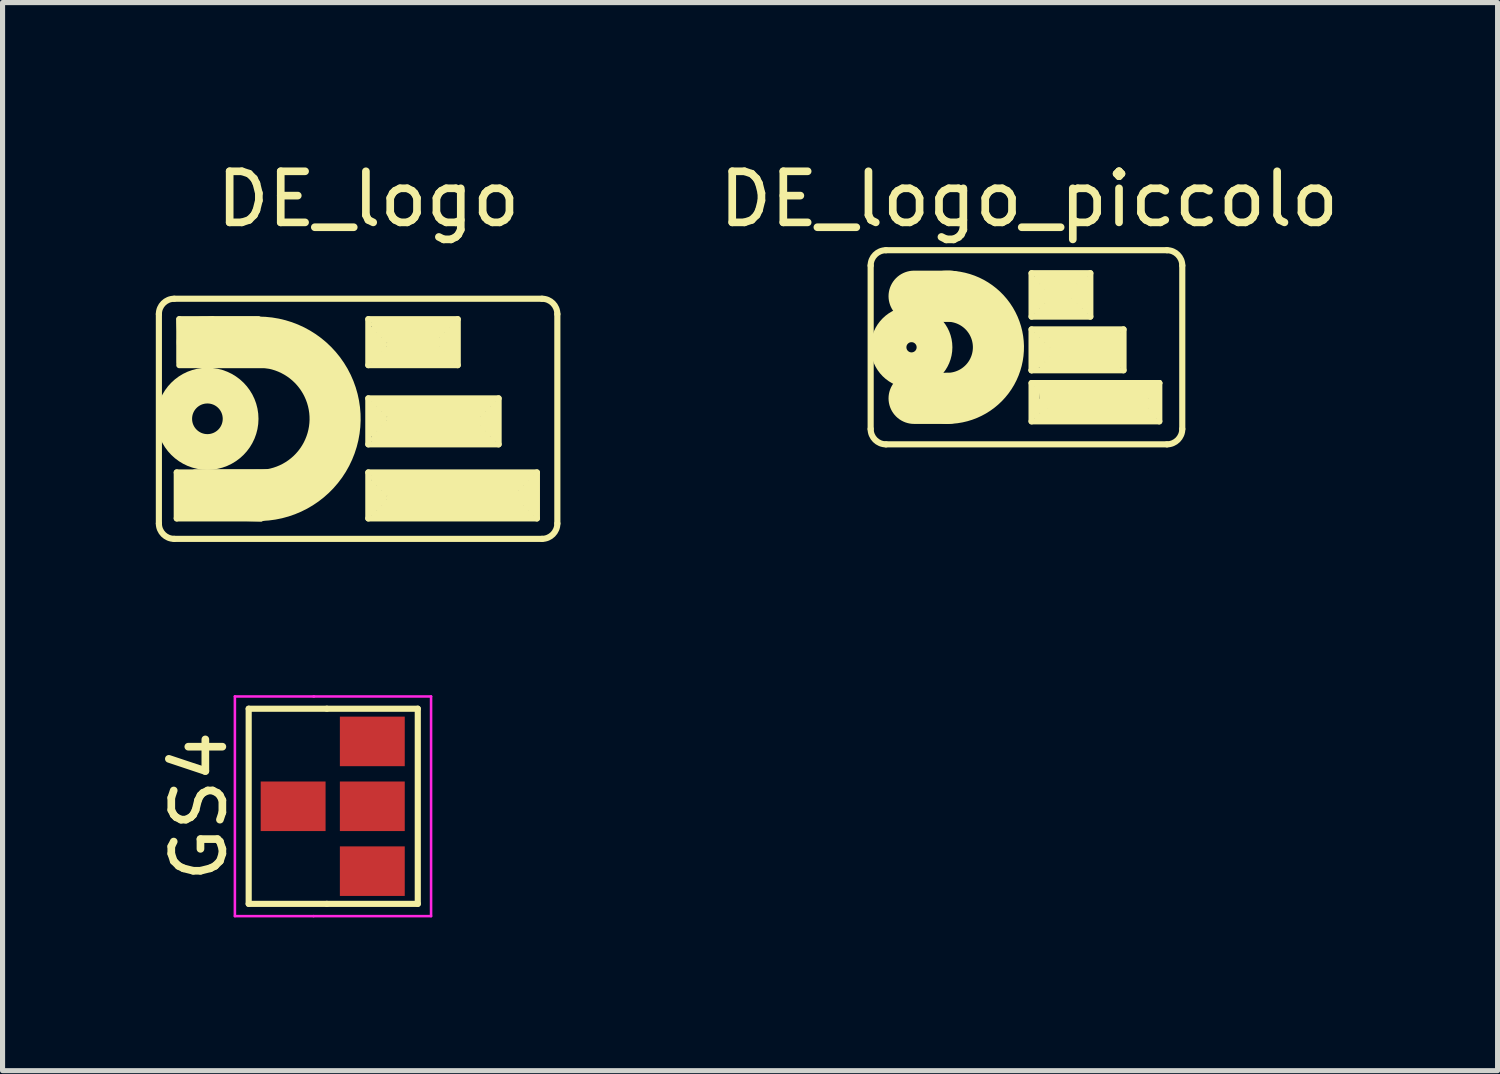
<source format=kicad_pcb>
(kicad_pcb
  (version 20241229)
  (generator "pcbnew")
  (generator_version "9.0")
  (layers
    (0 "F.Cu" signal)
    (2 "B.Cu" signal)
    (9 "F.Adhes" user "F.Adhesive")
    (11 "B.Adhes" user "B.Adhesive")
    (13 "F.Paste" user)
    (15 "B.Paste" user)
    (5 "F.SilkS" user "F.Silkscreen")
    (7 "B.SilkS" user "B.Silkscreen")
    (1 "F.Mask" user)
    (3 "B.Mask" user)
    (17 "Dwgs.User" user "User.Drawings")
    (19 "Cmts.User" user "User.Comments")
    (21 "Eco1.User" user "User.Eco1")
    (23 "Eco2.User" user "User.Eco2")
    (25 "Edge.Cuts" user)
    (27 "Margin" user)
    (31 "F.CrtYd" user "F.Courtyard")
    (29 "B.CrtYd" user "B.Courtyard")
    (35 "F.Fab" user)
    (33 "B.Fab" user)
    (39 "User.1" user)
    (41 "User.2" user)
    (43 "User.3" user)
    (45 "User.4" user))
  (footprint "DE_logo_piccolo"
    (layer "F.Cu")
    (at 17.043 3.748)
    (property "Reference" "DE_logo_piccolo" (at 0.05 -2.9 0) (layer "F.SilkS") (effects (font (size 1 1) (thickness 0.15))))
    (attr through_hole)
    (fp_line (start -3.05 -1.6) (end -3.05 1.6) (stroke (width 0.12) (type solid)) (layer "F.SilkS"))
    (fp_line (start -2.75 1.9) (end 2.75 1.9) (stroke (width 0.12) (type solid)) (layer "F.SilkS"))
    (fp_line (start -2.2 -1) (end -1.5 -1) (stroke (width 1) (type solid)) (layer "F.SilkS"))
    (fp_line (start -2.2 1) (end -1.55 1) (stroke (width 1) (type solid)) (layer "F.SilkS"))
    (fp_line (start 0.1 -1.45) (end 0.1 -0.6) (stroke (width 0.12) (type solid)) (layer "F.SilkS"))
    (fp_line (start 0.1 -0.6) (end 1.25 -0.6) (stroke (width 0.12) (type solid)) (layer "F.SilkS"))
    (fp_line (start 0.1 -0.35) (end 1.9 -0.35) (stroke (width 0.12) (type solid)) (layer "F.SilkS"))
    (fp_line (start 0.1 0.45) (end 0.1 -0.35) (stroke (width 0.12) (type solid)) (layer "F.SilkS"))
    (fp_line (start 0.1 0.45) (end 0.2 0.35) (stroke (width 0.12) (type solid)) (layer "F.SilkS"))
    (fp_line (start 0.1 0.7) (end 2.6 0.7) (stroke (width 0.12) (type solid)) (layer "F.SilkS"))
    (fp_line (start 0.1 1.45) (end 0.1 0.7) (stroke (width 0.12) (type solid)) (layer "F.SilkS"))
    (fp_line (start 0.1 1.45) (end 2.6 1.45) (stroke (width 0.12) (type solid)) (layer "F.SilkS"))
    (fp_line (start 0.2 -1.35) (end 1.15 -1.35) (stroke (width 0.12) (type solid)) (layer "F.SilkS"))
    (fp_line (start 0.2 -1.3) (end 1.05 -1.3) (stroke (width 0.12) (type solid)) (layer "F.SilkS"))
    (fp_line (start 0.2 -0.7) (end 0.2 -1.3) (stroke (width 0.12) (type solid)) (layer "F.SilkS"))
    (fp_line (start 0.2 -0.25) (end 1.8 -0.25) (stroke (width 0.12) (type solid)) (layer "F.SilkS"))
    (fp_line (start 0.2 0.35) (end 0.2 -0.25) (stroke (width 0.12) (type solid)) (layer "F.SilkS"))
    (fp_line (start 0.2 0.8) (end 0.2 1.35) (stroke (width 0.12) (type solid)) (layer "F.SilkS"))
    (fp_line (start 0.2 1.35) (end 2.5 1.35) (stroke (width 0.12) (type solid)) (layer "F.SilkS"))
    (fp_line (start 0.3 -1.2) (end 0.95 -1.2) (stroke (width 0.12) (type solid)) (layer "F.SilkS"))
    (fp_line (start 0.3 -0.8) (end 0.3 -1.2) (stroke (width 0.12) (type solid)) (layer "F.SilkS"))
    (fp_line (start 0.3 -0.15) (end 1.75 -0.15) (stroke (width 0.12) (type solid)) (layer "F.SilkS"))
    (fp_line (start 0.3 0.35) (end 0.3 -0.15) (stroke (width 0.12) (type solid)) (layer "F.SilkS"))
    (fp_line (start 0.3 0.85) (end 0.35 1.2) (stroke (width 0.12) (type solid)) (layer "F.SilkS"))
    (fp_line (start 0.3 1.05) (end 0.3 1.25) (stroke (width 0.12) (type solid)) (layer "F.SilkS"))
    (fp_line (start 0.3 1.25) (end 2.45 1.25) (stroke (width 0.12) (type solid)) (layer "F.SilkS"))
    (fp_line (start 0.35 1.2) (end 0.3 1.05) (stroke (width 0.12) (type solid)) (layer "F.SilkS"))
    (fp_line (start 0.4 -1.1) (end 0.85 -1.1) (stroke (width 0.12) (type solid)) (layer "F.SilkS"))
    (fp_line (start 0.4 -0.9) (end 0.4 -1.1) (stroke (width 0.12) (type solid)) (layer "F.SilkS"))
    (fp_line (start 0.4 -0.05) (end 1.7 -0.05) (stroke (width 0.12) (type solid)) (layer "F.SilkS"))
    (fp_line (start 0.4 0.25) (end 0.4 -0.05) (stroke (width 0.12) (type solid)) (layer "F.SilkS"))
    (fp_line (start 0.4 0.95) (end 0.45 1.15) (stroke (width 0.12) (type solid)) (layer "F.SilkS"))
    (fp_line (start 0.45 1.15) (end 2.35 1.15) (stroke (width 0.12) (type solid)) (layer "F.SilkS"))
    (fp_line (start 0.5 0.05) (end 1.65 0.05) (stroke (width 0.12) (type solid)) (layer "F.SilkS"))
    (fp_line (start 0.5 0.15) (end 0.5 0.05) (stroke (width 0.12) (type solid)) (layer "F.SilkS"))
    (fp_line (start 0.85 -1.1) (end 0.85 -1) (stroke (width 0.12) (type solid)) (layer "F.SilkS"))
    (fp_line (start 0.85 -1) (end 0.45 -1) (stroke (width 0.12) (type solid)) (layer "F.SilkS"))
    (fp_line (start 0.95 -1.2) (end 0.95 -0.9) (stroke (width 0.12) (type solid)) (layer "F.SilkS"))
    (fp_line (start 0.95 -0.9) (end 0.4 -0.9) (stroke (width 0.12) (type solid)) (layer "F.SilkS"))
    (fp_line (start 1.05 -1.3) (end 1.05 -0.8) (stroke (width 0.12) (type solid)) (layer "F.SilkS"))
    (fp_line (start 1.05 -0.8) (end 0.3 -0.8) (stroke (width 0.12) (type solid)) (layer "F.SilkS"))
    (fp_line (start 1.15 -1.35) (end 1.15 -0.7) (stroke (width 0.12) (type solid)) (layer "F.SilkS"))
    (fp_line (start 1.15 -0.7) (end 0.2 -0.7) (stroke (width 0.12) (type solid)) (layer "F.SilkS"))
    (fp_line (start 1.25 -1.45) (end 0.1 -1.45) (stroke (width 0.12) (type solid)) (layer "F.SilkS"))
    (fp_line (start 1.25 -0.6) (end 1.25 -1.45) (stroke (width 0.12) (type solid)) (layer "F.SilkS"))
    (fp_line (start 1.7 -0.05) (end 1.7 0.15) (stroke (width 0.12) (type solid)) (layer "F.SilkS"))
    (fp_line (start 1.7 0.15) (end 0.5 0.15) (stroke (width 0.12) (type solid)) (layer "F.SilkS"))
    (fp_line (start 1.75 -0.15) (end 1.75 0.25) (stroke (width 0.12) (type solid)) (layer "F.SilkS"))
    (fp_line (start 1.75 0.25) (end 0.4 0.25) (stroke (width 0.12) (type solid)) (layer "F.SilkS"))
    (fp_line (start 1.8 -0.25) (end 1.8 0.35) (stroke (width 0.12) (type solid)) (layer "F.SilkS"))
    (fp_line (start 1.8 0.35) (end 0.3 0.35) (stroke (width 0.12) (type solid)) (layer "F.SilkS"))
    (fp_line (start 1.9 -0.35) (end 1.9 0.45) (stroke (width 0.12) (type solid)) (layer "F.SilkS"))
    (fp_line (start 1.9 0.45) (end 0.1 0.45) (stroke (width 0.12) (type solid)) (layer "F.SilkS"))
    (fp_line (start 2.35 1.05) (end 0.45 1.05) (stroke (width 0.12) (type solid)) (layer "F.SilkS"))
    (fp_line (start 2.35 1.15) (end 2.35 1.05) (stroke (width 0.12) (type solid)) (layer "F.SilkS"))
    (fp_line (start 2.45 0.95) (end 0.4 0.95) (stroke (width 0.12) (type solid)) (layer "F.SilkS"))
    (fp_line (start 2.45 1.25) (end 2.45 0.95) (stroke (width 0.12) (type solid)) (layer "F.SilkS"))
    (fp_line (start 2.5 0.85) (end 0.3 0.85) (stroke (width 0.12) (type solid)) (layer "F.SilkS"))
    (fp_line (start 2.5 1.35) (end 2.5 0.85) (stroke (width 0.12) (type solid)) (layer "F.SilkS"))
    (fp_line (start 2.55 0.8) (end 0.2 0.8) (stroke (width 0.12) (type solid)) (layer "F.SilkS"))
    (fp_line (start 2.6 0.7) (end 2.55 0.8) (stroke (width 0.12) (type solid)) (layer "F.SilkS"))
    (fp_line (start 2.6 1.45) (end 2.6 0.7) (stroke (width 0.12) (type solid)) (layer "F.SilkS"))
    (fp_line (start 2.75 -1.9) (end -2.75 -1.9) (stroke (width 0.12) (type solid)) (layer "F.SilkS"))
    (fp_line (start 3.05 1.6) (end 3.05 -1.6) (stroke (width 0.12) (type solid)) (layer "F.SilkS"))
    (fp_arc (start -3.05 -1.6) (mid -2.962132 -1.812132) (end -2.75 -1.9) (stroke (width 0.12) (type solid)) (layer "F.SilkS"))
    (fp_arc (start -2.75 1.9) (mid -2.962132 1.812132) (end -3.05 1.6) (stroke (width 0.12) (type solid)) (layer "F.SilkS"))
    (fp_arc (start -1.583155 -0.99945) (mid -0.550138 -0.01658) (end -1.55 1) (stroke (width 1) (type solid)) (layer "F.SilkS"))
    (fp_arc (start 2.75 -1.9) (mid 2.962132 -1.812132) (end 3.05 -1.6) (stroke (width 0.12) (type solid)) (layer "F.SilkS"))
    (fp_arc (start 3.05 1.6) (mid 2.962132 1.812132) (end 2.75 1.9) (stroke (width 0.12) (type solid)) (layer "F.SilkS"))
    (fp_circle (center -2.25 0) (end -2.15 0) (stroke (width 0.7) (type solid)) (fill no) (layer "F.SilkS")))
  (footprint "DE_logo"
    (layer "F.Cu")
    (at 4.06 5.148)
    (property "Reference" "DE_logo" (at 0.1 -4.3 0) (layer "F.SilkS") (effects (font (size 1 1) (thickness 0.15))))
    (attr through_hole)
    (fp_line (start -4 -2.05) (end -4 2.05) (stroke (width 0.12) (type solid)) (layer "F.SilkS"))
    (fp_line (start -3.7 2.35) (end 3.5 2.35) (stroke (width 0.12) (type solid)) (layer "F.SilkS"))
    (fp_line (start -3.65 1.05) (end -3.65 1.95) (stroke (width 0.12) (type solid)) (layer "F.SilkS"))
    (fp_line (start -3.65 1.95) (end -2 1.95) (stroke (width 0.12) (type solid)) (layer "F.SilkS"))
    (fp_line (start -3.6 -1.95) (end -2.05 -1.95) (stroke (width 0.12) (type solid)) (layer "F.SilkS"))
    (fp_line (start -3.6 -1.9) (end -3.6 -1.1) (stroke (width 0.12) (type solid)) (layer "F.SilkS"))
    (fp_line (start -3.6 -1.05) (end -3.05 -1.05) (stroke (width 0.12) (type solid)) (layer "F.SilkS"))
    (fp_line (start -3.55 -1.85) (end -3.3 -1.8) (stroke (width 0.12) (type solid)) (layer "F.SilkS"))
    (fp_line (start -3.55 -1.15) (end -3.6 -1.95) (stroke (width 0.12) (type solid)) (layer "F.SilkS"))
    (fp_line (start -3.55 1.9) (end -3.55 1.1) (stroke (width 0.12) (type solid)) (layer "F.SilkS"))
    (fp_line (start -3.45 -1.15) (end -3.55 -1.15) (stroke (width 0.12) (type solid)) (layer "F.SilkS"))
    (fp_line (start -3.3 -1.8) (end -3.1 -1.05) (stroke (width 0.12) (type solid)) (layer "F.SilkS"))
    (fp_line (start -3.3 1.05) (end -1.75 1.05) (stroke (width 0.12) (type solid)) (layer "F.SilkS"))
    (fp_line (start -3.2 1.5) (end -2.05 1.5) (stroke (width 1) (type solid)) (layer "F.SilkS"))
    (fp_line (start -3.15 -1.5) (end -2.15 -1.5) (stroke (width 1) (type solid)) (layer "F.SilkS"))
    (fp_line (start -3.1 -1.05) (end -1.85 -1.05) (stroke (width 0.12) (type solid)) (layer "F.SilkS"))
    (fp_line (start -3.05 -1.05) (end -3.45 -1.15) (stroke (width 0.12) (type solid)) (layer "F.SilkS"))
    (fp_line (start -2.95 -1.95) (end -3.55 -1.85) (stroke (width 0.12) (type solid)) (layer "F.SilkS"))
    (fp_line (start -2 1.95) (end -3.55 1.9) (stroke (width 0.12) (type solid)) (layer "F.SilkS"))
    (fp_line (start -1.75 1.05) (end -3.65 1.05) (stroke (width 0.12) (type solid)) (layer "F.SilkS"))
    (fp_line (start 0.1 -1.95) (end 1.85 -1.95) (stroke (width 0.12) (type solid)) (layer "F.SilkS"))
    (fp_line (start 0.1 -1.05) (end 0.1 -1.95) (stroke (width 0.12) (type solid)) (layer "F.SilkS"))
    (fp_line (start 0.1 -0.4) (end 2.65 -0.4) (stroke (width 0.12) (type solid)) (layer "F.SilkS"))
    (fp_line (start 0.1 0.5) (end 0.1 -0.4) (stroke (width 0.12) (type solid)) (layer "F.SilkS"))
    (fp_line (start 0.1 1.05) (end 3.4 1.05) (stroke (width 0.12) (type solid)) (layer "F.SilkS"))
    (fp_line (start 0.1 1.95) (end 0.1 1.05) (stroke (width 0.12) (type solid)) (layer "F.SilkS"))
    (fp_line (start 0.2 -1.85) (end 1.75 -1.85) (stroke (width 0.12) (type solid)) (layer "F.SilkS"))
    (fp_line (start 0.2 -1.75) (end 1.65 -1.75) (stroke (width 0.12) (type solid)) (layer "F.SilkS"))
    (fp_line (start 0.2 -1.15) (end 0.2 -1.75) (stroke (width 0.12) (type solid)) (layer "F.SilkS"))
    (fp_line (start 0.2 -0.3) (end 0.2 0.3) (stroke (width 0.12) (type solid)) (layer "F.SilkS"))
    (fp_line (start 0.2 0.3) (end 2.45 0.3) (stroke (width 0.12) (type solid)) (layer "F.SilkS"))
    (fp_line (start 0.2 0.4) (end 2.55 0.4) (stroke (width 0.12) (type solid)) (layer "F.SilkS"))
    (fp_line (start 0.2 1.15) (end 3.3 1.15) (stroke (width 0.12) (type solid)) (layer "F.SilkS"))
    (fp_line (start 0.2 1.25) (end 3.2 1.25) (stroke (width 0.12) (type solid)) (layer "F.SilkS"))
    (fp_line (start 0.2 1.85) (end 0.2 1.25) (stroke (width 0.12) (type solid)) (layer "F.SilkS"))
    (fp_line (start 0.3 -1.65) (end 1.55 -1.65) (stroke (width 0.12) (type solid)) (layer "F.SilkS"))
    (fp_line (start 0.3 -1.25) (end 0.3 -1.65) (stroke (width 0.12) (type solid)) (layer "F.SilkS"))
    (fp_line (start 0.3 -0.2) (end 0.3 0.2) (stroke (width 0.12) (type solid)) (layer "F.SilkS"))
    (fp_line (start 0.3 0.2) (end 2.35 0.2) (stroke (width 0.12) (type solid)) (layer "F.SilkS"))
    (fp_line (start 0.3 1.35) (end 3.1 1.35) (stroke (width 0.12) (type solid)) (layer "F.SilkS"))
    (fp_line (start 0.3 1.75) (end 0.3 1.35) (stroke (width 0.12) (type solid)) (layer "F.SilkS"))
    (fp_line (start 0.4 -1.55) (end 1.45 -1.55) (stroke (width 0.12) (type solid)) (layer "F.SilkS"))
    (fp_line (start 0.4 -1.35) (end 0.4 -1.55) (stroke (width 0.12) (type solid)) (layer "F.SilkS"))
    (fp_line (start 0.4 -0.1) (end 0.4 0.1) (stroke (width 0.12) (type solid)) (layer "F.SilkS"))
    (fp_line (start 0.4 0.1) (end 2.25 0.1) (stroke (width 0.12) (type solid)) (layer "F.SilkS"))
    (fp_line (start 0.4 1.45) (end 3 1.45) (stroke (width 0.12) (type solid)) (layer "F.SilkS"))
    (fp_line (start 0.4 1.65) (end 0.4 1.45) (stroke (width 0.12) (type solid)) (layer "F.SilkS"))
    (fp_line (start 0.65 1.1) (end 0.2 1.15) (stroke (width 0.12) (type solid)) (layer "F.SilkS"))
    (fp_line (start 1.45 -1.55) (end 1.45 -1.45) (stroke (width 0.12) (type solid)) (layer "F.SilkS"))
    (fp_line (start 1.45 -1.45) (end 0.5 -1.45) (stroke (width 0.12) (type solid)) (layer "F.SilkS"))
    (fp_line (start 1.55 -1.65) (end 1.55 -1.35) (stroke (width 0.12) (type solid)) (layer "F.SilkS"))
    (fp_line (start 1.55 -1.35) (end 0.4 -1.35) (stroke (width 0.12) (type solid)) (layer "F.SilkS"))
    (fp_line (start 1.65 -1.75) (end 1.65 -1.25) (stroke (width 0.12) (type solid)) (layer "F.SilkS"))
    (fp_line (start 1.65 -1.25) (end 0.3 -1.25) (stroke (width 0.12) (type solid)) (layer "F.SilkS"))
    (fp_line (start 1.75 -1.85) (end 1.75 -1.15) (stroke (width 0.12) (type solid)) (layer "F.SilkS"))
    (fp_line (start 1.75 -1.15) (end 0.2 -1.15) (stroke (width 0.12) (type solid)) (layer "F.SilkS"))
    (fp_line (start 1.85 -1.95) (end 1.85 -1.05) (stroke (width 0.12) (type solid)) (layer "F.SilkS"))
    (fp_line (start 1.85 -1.05) (end 0.1 -1.05) (stroke (width 0.12) (type solid)) (layer "F.SilkS"))
    (fp_line (start 2.25 0) (end 0.5 0) (stroke (width 0.12) (type solid)) (layer "F.SilkS"))
    (fp_line (start 2.25 0.1) (end 2.25 0) (stroke (width 0.12) (type solid)) (layer "F.SilkS"))
    (fp_line (start 2.35 -0.1) (end 0.4 -0.1) (stroke (width 0.12) (type solid)) (layer "F.SilkS"))
    (fp_line (start 2.35 0.2) (end 2.35 -0.1) (stroke (width 0.12) (type solid)) (layer "F.SilkS"))
    (fp_line (start 2.45 -0.2) (end 0.3 -0.2) (stroke (width 0.12) (type solid)) (layer "F.SilkS"))
    (fp_line (start 2.45 0.3) (end 2.45 -0.2) (stroke (width 0.12) (type solid)) (layer "F.SilkS"))
    (fp_line (start 2.55 -0.3) (end 0.2 -0.3) (stroke (width 0.12) (type solid)) (layer "F.SilkS"))
    (fp_line (start 2.55 0.4) (end 2.55 -0.3) (stroke (width 0.12) (type solid)) (layer "F.SilkS"))
    (fp_line (start 2.65 -0.4) (end 2.65 0.5) (stroke (width 0.12) (type solid)) (layer "F.SilkS"))
    (fp_line (start 2.65 0.5) (end 0.1 0.5) (stroke (width 0.12) (type solid)) (layer "F.SilkS"))
    (fp_line (start 3 1.45) (end 3 1.55) (stroke (width 0.12) (type solid)) (layer "F.SilkS"))
    (fp_line (start 3 1.55) (end 0.5 1.55) (stroke (width 0.12) (type solid)) (layer "F.SilkS"))
    (fp_line (start 3.1 1.35) (end 3.1 1.65) (stroke (width 0.12) (type solid)) (layer "F.SilkS"))
    (fp_line (start 3.1 1.65) (end 0.4 1.65) (stroke (width 0.12) (type solid)) (layer "F.SilkS"))
    (fp_line (start 3.2 1.25) (end 3.2 1.75) (stroke (width 0.12) (type solid)) (layer "F.SilkS"))
    (fp_line (start 3.2 1.75) (end 0.3 1.75) (stroke (width 0.12) (type solid)) (layer "F.SilkS"))
    (fp_line (start 3.3 1.15) (end 3.3 1.85) (stroke (width 0.12) (type solid)) (layer "F.SilkS"))
    (fp_line (start 3.3 1.85) (end 0.2 1.85) (stroke (width 0.12) (type solid)) (layer "F.SilkS"))
    (fp_line (start 3.4 1.05) (end 3.4 1.95) (stroke (width 0.12) (type solid)) (layer "F.SilkS"))
    (fp_line (start 3.4 1.95) (end 0.1 1.95) (stroke (width 0.12) (type solid)) (layer "F.SilkS"))
    (fp_line (start 3.5 -2.35) (end -3.7 -2.35) (stroke (width 0.12) (type solid)) (layer "F.SilkS"))
    (fp_line (start 3.8 2.05) (end 3.8 -2.05) (stroke (width 0.12) (type solid)) (layer "F.SilkS"))
    (fp_arc (start -4 -2.05) (mid -3.912132 -2.262132) (end -3.7 -2.35) (stroke (width 0.12) (type solid)) (layer "F.SilkS"))
    (fp_arc (start -3.7 2.35) (mid -3.912132 2.262132) (end -4 2.05) (stroke (width 0.12) (type solid)) (layer "F.SilkS"))
    (fp_arc (start -2.05 -1.500833) (mid -0.549375 0.025003) (end -2.1 1.5) (stroke (width 1) (type solid)) (layer "F.SilkS"))
    (fp_arc (start 3.5 -2.35) (mid 3.712132 -2.262132) (end 3.8 -2.05) (stroke (width 0.12) (type solid)) (layer "F.SilkS"))
    (fp_arc (start 3.8 2.05) (mid 3.712132 2.262132) (end 3.5 2.35) (stroke (width 0.12) (type solid)) (layer "F.SilkS"))
    (fp_circle (center -3.05 0) (end -2.75 0) (stroke (width 0.7) (type solid)) (fill no) (layer "F.SilkS")))
  (footprint "GS4"
    (layer "F.Cu")
    (at 4.238 12.733)
    (property "Reference" "GS4" (at -3.39 0 90) (layer "F.SilkS") (effects (font (size 1 1) (thickness 0.15))))
    (attr smd)
    (fp_line (start -2.42 -1.91) (end -2.42 1.91) (stroke (width 0.12) (type solid)) (layer "F.SilkS"))
    (fp_line (start -0.89 -1.91) (end -2.42 -1.91) (stroke (width 0.12) (type solid)) (layer "F.SilkS"))
    (fp_line (start -0.89 -1.91) (end 0.89 -1.91) (stroke (width 0.12) (type solid)) (layer "F.SilkS"))
    (fp_line (start -0.89 1.91) (end -2.42 1.91) (stroke (width 0.12) (type solid)) (layer "F.SilkS"))
    (fp_line (start -0.89 1.91) (end 0.89 1.91) (stroke (width 0.12) (type solid)) (layer "F.SilkS"))
    (fp_line (start 0.89 1.91) (end 0.89 -1.91) (stroke (width 0.12) (type solid)) (layer "F.SilkS"))
    (fp_line (start -2.69 2.15) (end -2.69 -2.15) (stroke (width 0.05) (type solid)) (layer "F.CrtYd"))
    (fp_line (start -1.15 -2.15) (end 1.15 -2.15) (stroke (width 0.05) (type solid)) (layer "F.CrtYd"))
    (fp_line (start -1.15 2.15) (end -2.69 2.15) (stroke (width 0.05) (type solid)) (layer "F.CrtYd"))
    (fp_line (start -1.14 -2.15) (end -2.69 -2.15) (stroke (width 0.05) (type solid)) (layer "F.CrtYd"))
    (fp_line (start 1.15 -2.15) (end 1.15 2.15) (stroke (width 0.05) (type solid)) (layer "F.CrtYd"))
    (fp_line (start 1.15 2.15) (end -1.15 2.15) (stroke (width 0.05) (type solid)) (layer "F.CrtYd"))
    (pad "1" smd rect (at 0 -1.27) (size 1.27 0.97) (layers "F.Cu" "F.Mask" "F.Paste"))
    (pad "2" smd rect (at 0 0) (size 1.27 0.97) (layers "F.Cu" "F.Mask" "F.Paste"))
    (pad "3" smd rect (at 0 1.27) (size 1.27 0.97) (layers "F.Cu" "F.Mask" "F.Paste"))
    (pad "4" smd rect (at -1.55 0) (size 1.27 0.97) (layers "F.Cu" "F.Mask" "F.Paste")))
  (gr_rect
    (start -3 -3)
    (end 26.265 17.908)
    (stroke (width 0.1) (type default))
    (fill no)
    (layer "Edge.Cuts")))
</source>
